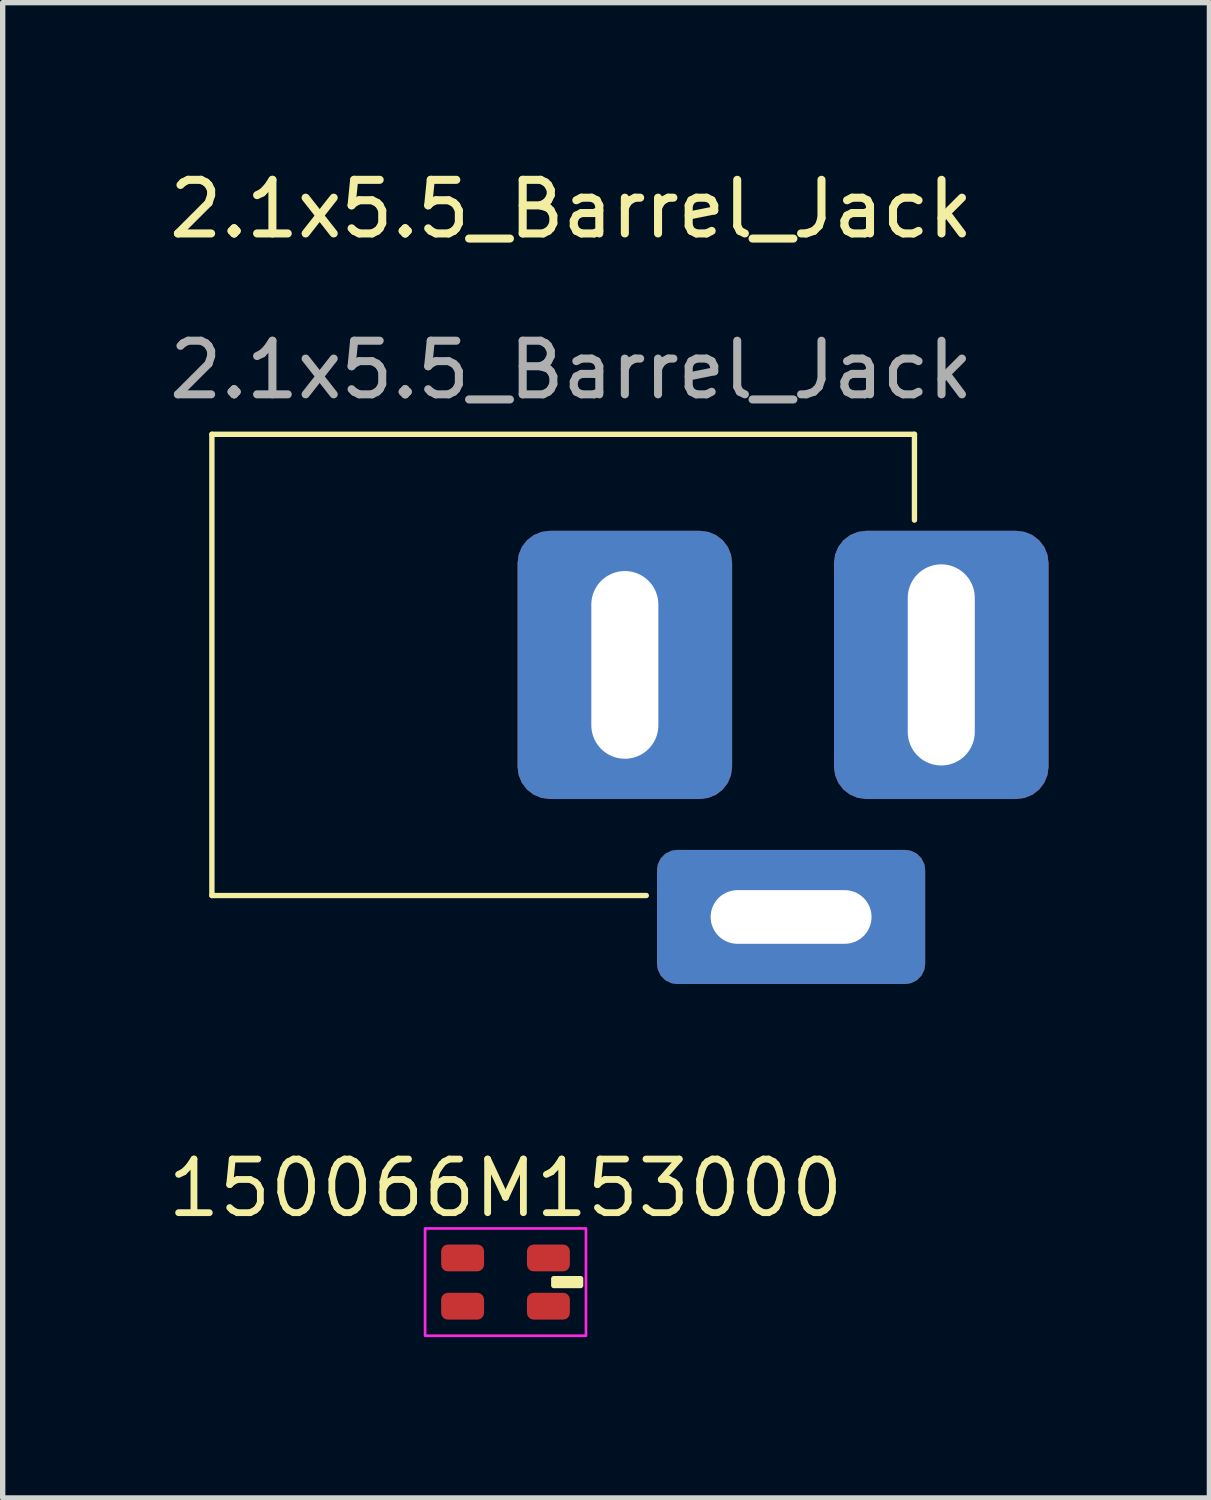
<source format=kicad_pcb>
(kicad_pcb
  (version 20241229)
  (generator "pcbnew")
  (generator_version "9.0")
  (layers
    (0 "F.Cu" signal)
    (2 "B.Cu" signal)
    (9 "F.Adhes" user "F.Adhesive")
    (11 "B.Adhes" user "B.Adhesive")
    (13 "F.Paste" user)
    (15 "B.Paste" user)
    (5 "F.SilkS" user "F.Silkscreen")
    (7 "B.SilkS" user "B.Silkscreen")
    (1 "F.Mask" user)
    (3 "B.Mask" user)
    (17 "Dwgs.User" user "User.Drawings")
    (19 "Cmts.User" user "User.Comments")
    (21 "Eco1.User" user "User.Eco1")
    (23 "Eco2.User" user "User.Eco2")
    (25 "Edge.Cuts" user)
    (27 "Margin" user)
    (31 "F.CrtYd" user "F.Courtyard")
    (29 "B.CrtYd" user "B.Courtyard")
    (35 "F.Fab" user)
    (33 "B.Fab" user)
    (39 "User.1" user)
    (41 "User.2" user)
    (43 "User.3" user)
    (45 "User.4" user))
  (footprint "2.1x5.5_Barrel_Jack"
    (layer "F.Cu")
    (at 7.601 1.348)
    (property "Reference" "2.1x5.5_Barrel_Jack" (at 0 -0.5 0) (unlocked yes) (layer "F.SilkS") (effects (font (size 1 1) (thickness 0.15))))
    (attr through_hole)
    (fp_line (start -6.7 3.7) (end -6.7 12.3) (stroke (width 0.1) (type default)) (layer "F.SilkS"))
    (fp_line (start -6.7 3.7) (end 6.4 3.7) (stroke (width 0.1) (type default)) (layer "F.SilkS"))
    (fp_line (start -6.7 12.3) (end 1.4 12.3) (stroke (width 0.1) (type default)) (layer "F.SilkS"))
    (fp_line (start 6.4 3.7) (end 6.4 5.3) (stroke (width 0.1) (type default)) (layer "F.SilkS"))
    (fp_text user "${REFERENCE}" (at 0 2.5 0) (unlocked yes) (layer "F.Fab") (effects (font (size 1 1) (thickness 0.15))))
    (pad "" np_thru_hole roundrect (at 4.1 12.7) (size 5 2.5) (drill oval 3 1) (layers "*.Cu" "*.Mask") (roundrect_rratio 0.15))
    (pad "1" thru_hole roundrect (at 6.9 8 90) (size 5 4) (drill oval 3.75 1.25) (layers "*.Cu" "*.Mask") (roundrect_rratio 0.15))
    (pad "2" thru_hole roundrect (at 1 8 90) (size 5 4) (drill oval 3.5 1.25) (layers "*.Cu" "*.Mask") (roundrect_rratio 0.15)))
  (footprint "150066M153000"
    (layer "F.Cu")
    (at 6.376 20.856)
    (property "Reference" "150066M153000" (at 0 -1.75 0) (unlocked yes) (layer "F.SilkS") (effects (font (size 1 1) (thickness 0.127))))
    (attr smd)
    (fp_rect (start 0.9 -0.064) (end 1.4 0.064) (stroke (width 0.1) (type solid)) (fill yes) (layer "F.SilkS"))
    (fp_rect (start -1.5 -1) (end 1.5 1) (stroke (width 0.05) (type default)) (fill no) (layer "F.CrtYd"))
    (pad "1" smd roundrect (at -0.8 0.45) (size 0.8 0.5) (layers "F.Cu" "F.Mask" "F.Paste") (roundrect_rratio 0.25))
    (pad "2" smd roundrect (at -0.8 -0.45) (size 0.8 0.5) (layers "F.Cu" "F.Mask" "F.Paste") (roundrect_rratio 0.25))
    (pad "3" smd roundrect (at 0.8 -0.45) (size 0.8 0.5) (layers "F.Cu" "F.Mask" "F.Paste") (roundrect_rratio 0.25))
    (pad "4" smd roundrect (at 0.8 0.45) (size 0.8 0.5) (layers "F.Cu" "F.Mask" "F.Paste") (roundrect_rratio 0.25)))
  (gr_rect
    (start -3 -3)
    (end 19.501 24.881)
    (stroke (width 0.1) (type default))
    (fill no)
    (layer "Edge.Cuts")))
</source>
